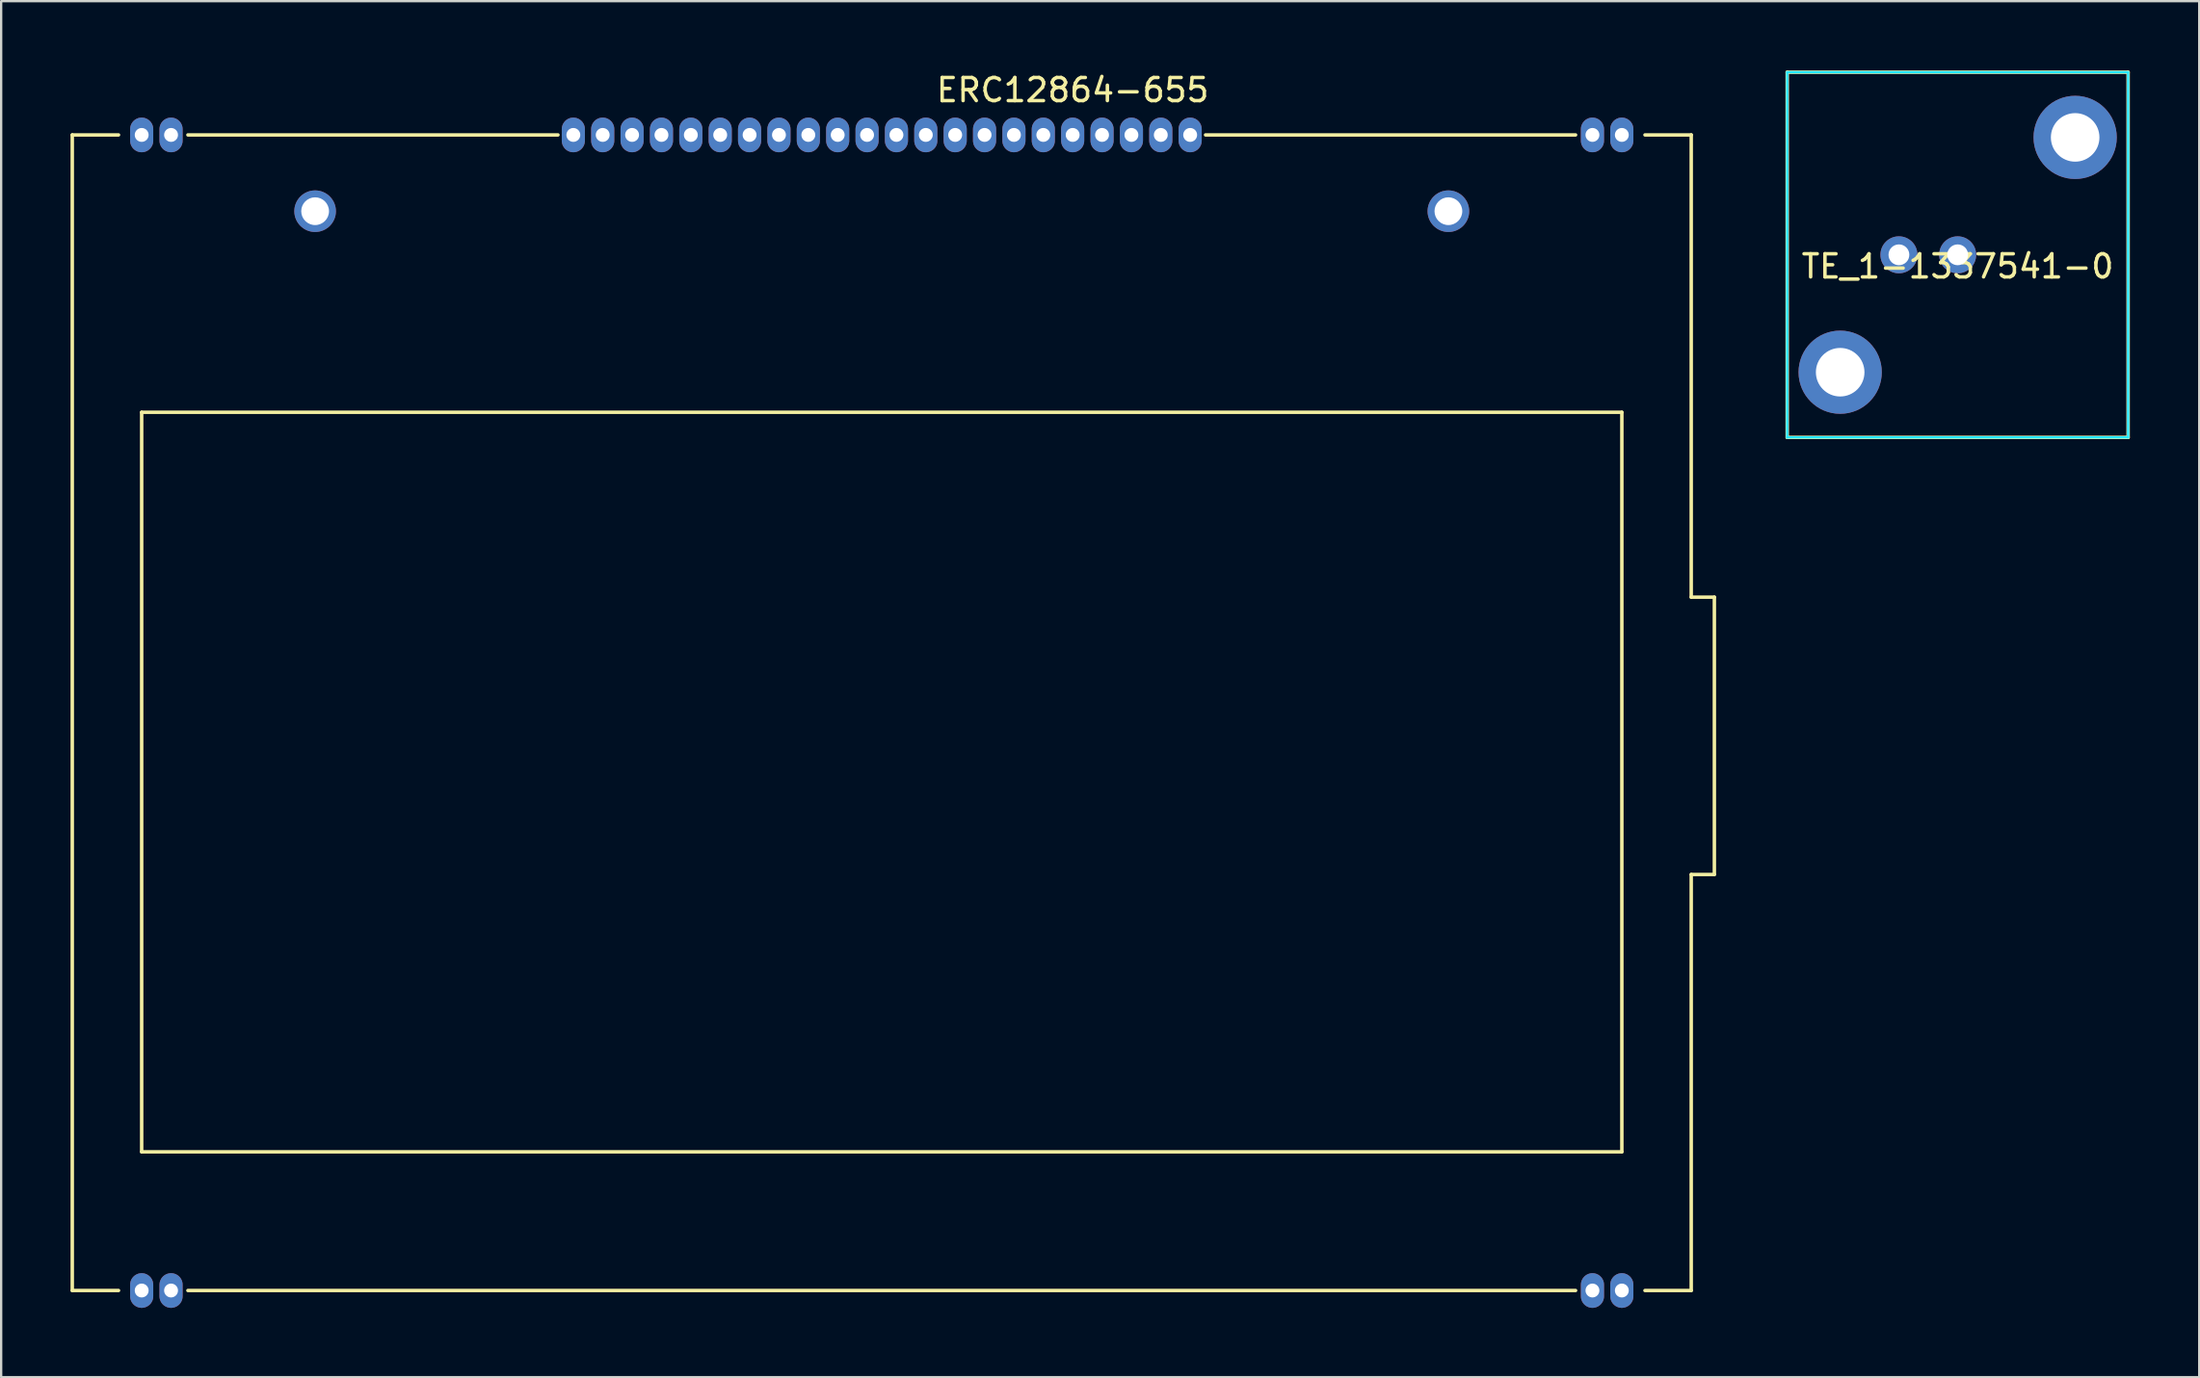
<source format=kicad_pcb>
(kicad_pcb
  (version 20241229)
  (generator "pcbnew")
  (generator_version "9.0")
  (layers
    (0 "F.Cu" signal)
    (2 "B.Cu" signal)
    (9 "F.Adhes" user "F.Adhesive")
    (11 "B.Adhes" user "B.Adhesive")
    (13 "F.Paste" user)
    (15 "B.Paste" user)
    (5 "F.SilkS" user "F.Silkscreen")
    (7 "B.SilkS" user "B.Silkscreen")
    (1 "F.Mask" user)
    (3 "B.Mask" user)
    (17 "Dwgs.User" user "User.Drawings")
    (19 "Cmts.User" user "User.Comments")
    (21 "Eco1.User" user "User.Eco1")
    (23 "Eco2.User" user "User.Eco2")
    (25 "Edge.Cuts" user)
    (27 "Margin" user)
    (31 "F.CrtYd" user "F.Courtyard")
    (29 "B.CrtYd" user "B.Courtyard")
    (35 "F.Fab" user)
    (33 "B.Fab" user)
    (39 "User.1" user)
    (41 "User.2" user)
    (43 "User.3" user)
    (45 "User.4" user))
  (footprint "ERC12864-655"
    (layer "F.Cu")
    (at 35.075 30.788)
    (property "Reference" "ERC12864-655" (at 8.255 -29.94 0) (layer "F.SilkS") (effects (font (size 1 1) (thickness 0.15))))
    (attr through_hole)
    (fp_line (start -35 -28) (end -35 22) (stroke (width 0.15) (type solid)) (layer "F.SilkS"))
    (fp_line (start -35 22) (end -33 22) (stroke (width 0.15) (type solid)) (layer "F.SilkS"))
    (fp_line (start -33 -28) (end -35 -28) (stroke (width 0.15) (type solid)) (layer "F.SilkS"))
    (fp_line (start -32 -16) (end -32 16) (stroke (width 0.15) (type solid)) (layer "F.SilkS"))
    (fp_line (start -32 -16) (end 32 -16) (stroke (width 0.15) (type solid)) (layer "F.SilkS"))
    (fp_line (start -30 22) (end 30 22) (stroke (width 0.15) (type solid)) (layer "F.SilkS"))
    (fp_line (start -14 -28) (end -30 -28) (stroke (width 0.15) (type solid)) (layer "F.SilkS"))
    (fp_line (start 30 -28) (end 14 -28) (stroke (width 0.15) (type solid)) (layer "F.SilkS"))
    (fp_line (start 32 -16) (end 32 16) (stroke (width 0.15) (type solid)) (layer "F.SilkS"))
    (fp_line (start 32 16) (end -32 16) (stroke (width 0.15) (type solid)) (layer "F.SilkS"))
    (fp_line (start 33 22) (end 35 22) (stroke (width 0.15) (type solid)) (layer "F.SilkS"))
    (fp_line (start 35 -28) (end 33 -28) (stroke (width 0.15) (type solid)) (layer "F.SilkS"))
    (fp_line (start 35 -28) (end 35 -8) (stroke (width 0.15) (type solid)) (layer "F.SilkS"))
    (fp_line (start 35 -8) (end 36 -8) (stroke (width 0.15) (type solid)) (layer "F.SilkS"))
    (fp_line (start 35 4) (end 35 22) (stroke (width 0.15) (type solid)) (layer "F.SilkS"))
    (fp_line (start 36 -8) (end 36 4) (stroke (width 0.15) (type solid)) (layer "F.SilkS"))
    (fp_line (start 36 4) (end 35 4) (stroke (width 0.15) (type solid)) (layer "F.SilkS"))
    (pad "1" thru_hole oval (at -13.335 -28) (size 1 1.5) (drill 0.6) (layers "*.Cu" "*.Mask"))
    (pad "2" thru_hole oval (at -12.065 -28) (size 1 1.5) (drill 0.6) (layers "*.Cu" "*.Mask"))
    (pad "3" thru_hole oval (at -10.795 -28) (size 1 1.5) (drill 0.6) (layers "*.Cu" "*.Mask"))
    (pad "4" thru_hole oval (at -9.525 -28) (size 1 1.5) (drill 0.6) (layers "*.Cu" "*.Mask"))
    (pad "5" thru_hole oval (at -8.255 -28) (size 1 1.5) (drill 0.6) (layers "*.Cu" "*.Mask"))
    (pad "6" thru_hole oval (at -6.985 -28) (size 1 1.5) (drill 0.6) (layers "*.Cu" "*.Mask"))
    (pad "7" thru_hole oval (at -5.715 -28) (size 1 1.5) (drill 0.6) (layers "*.Cu" "*.Mask"))
    (pad "8" thru_hole oval (at -4.445 -28) (size 1 1.5) (drill 0.6) (layers "*.Cu" "*.Mask"))
    (pad "9" thru_hole oval (at -3.175 -28) (size 1 1.5) (drill 0.6) (layers "*.Cu" "*.Mask"))
    (pad "10" thru_hole oval (at -1.905 -28) (size 1 1.5) (drill 0.6) (layers "*.Cu" "*.Mask"))
    (pad "11" thru_hole oval (at -0.635 -28) (size 1 1.5) (drill 0.6) (layers "*.Cu" "*.Mask"))
    (pad "12" thru_hole oval (at 0.635 -28) (size 1 1.5) (drill 0.6) (layers "*.Cu" "*.Mask"))
    (pad "13" thru_hole oval (at 1.905 -28) (size 1 1.5) (drill 0.6) (layers "*.Cu" "*.Mask"))
    (pad "14" thru_hole oval (at 3.175 -28) (size 1 1.5) (drill 0.6) (layers "*.Cu" "*.Mask"))
    (pad "15" thru_hole oval (at 4.445 -28) (size 1 1.5) (drill 0.6) (layers "*.Cu" "*.Mask"))
    (pad "16" thru_hole oval (at 5.715 -28) (size 1 1.5) (drill 0.6) (layers "*.Cu" "*.Mask"))
    (pad "17" thru_hole oval (at 6.985 -28) (size 1 1.5) (drill 0.6) (layers "*.Cu" "*.Mask"))
    (pad "18" thru_hole oval (at 8.255 -28) (size 1 1.5) (drill 0.6) (layers "*.Cu" "*.Mask"))
    (pad "19" thru_hole oval (at 9.525 -28) (size 1 1.5) (drill 0.6) (layers "*.Cu" "*.Mask"))
    (pad "20" thru_hole oval (at 10.795 -28) (size 1 1.5) (drill 0.6) (layers "*.Cu" "*.Mask"))
    (pad "21" thru_hole oval (at 12.065 -28) (size 1 1.5) (drill 0.6) (layers "*.Cu" "*.Mask"))
    (pad "22" thru_hole oval (at 13.335 -28) (size 1 1.5) (drill 0.6) (layers "*.Cu" "*.Mask"))
    (pad "23" thru_hole oval (at -31.999 22) (size 1 1.5) (drill 0.6) (layers "*.Cu" "*.Mask"))
    (pad "24" thru_hole oval (at -30.729 22) (size 1 1.5) (drill 0.6) (layers "*.Cu" "*.Mask"))
    (pad "25" thru_hole oval (at 30.729 22) (size 1 1.5) (drill 0.6) (layers "*.Cu" "*.Mask"))
    (pad "26" thru_hole oval (at 31.999 22) (size 1 1.5) (drill 0.6) (layers "*.Cu" "*.Mask"))
    (pad "27" thru_hole oval (at 31.999 -28) (size 1 1.5) (drill 0.6) (layers "*.Cu" "*.Mask"))
    (pad "28" thru_hole oval (at 30.729 -28) (size 1 1.5) (drill 0.6) (layers "*.Cu" "*.Mask"))
    (pad "29" thru_hole oval (at -30.729 -28) (size 1 1.5) (drill 0.6) (layers "*.Cu" "*.Mask"))
    (pad "30" thru_hole oval (at -31.999 -28) (size 1 1.5) (drill 0.6) (layers "*.Cu" "*.Mask"))
    (pad "31" thru_hole circle (at -24.5 -24.7) (size 1.8 1.8) (drill 1.2) (layers "*.Cu" "*.Mask"))
    (pad "32" thru_hole circle (at 24.5 -24.7) (size 1.8 1.8) (drill 1.2) (layers "*.Cu" "*.Mask")))
  (footprint "TE_1-1337541-0"
    (layer "F.Cu")
    (at 81.595 7.975)
    (property "Reference" "TE_1-1337541-0" (at 0 0.5 0) (layer "F.SilkS") (effects (font (size 1 1) (thickness 0.15))))
    (attr through_hole)
    (fp_line (start -7.37 -7.9) (end -7.37 7.9) (stroke (width 0.15) (type solid)) (layer "F.SilkS"))
    (fp_line (start -7.37 7.9) (end 7.37 7.9) (stroke (width 0.15) (type solid)) (layer "F.SilkS"))
    (fp_line (start 7.37 -7.9) (end -7.37 -7.9) (stroke (width 0.15) (type solid)) (layer "F.SilkS"))
    (fp_line (start 7.37 7.9) (end 7.37 -7.9) (stroke (width 0.15) (type solid)) (layer "F.SilkS"))
    (fp_line (start -7.37 -7.9) (end -7.37 7.9) (stroke (width 0.1) (type solid)) (layer "B.CrtYd"))
    (fp_line (start -7.37 7.9) (end 7.37 7.9) (stroke (width 0.1) (type solid)) (layer "B.CrtYd"))
    (fp_line (start 7.37 -7.9) (end -7.37 -7.9) (stroke (width 0.1) (type solid)) (layer "B.CrtYd"))
    (fp_line (start 7.37 -7.9) (end 7.37 7.9) (stroke (width 0.1) (type solid)) (layer "B.CrtYd"))
    (fp_line (start -7.37 -7.9) (end -7.37 7.9) (stroke (width 0.05) (type solid)) (layer "F.CrtYd"))
    (fp_line (start -7.37 7.9) (end 7.37 7.9) (stroke (width 0.05) (type solid)) (layer "F.CrtYd"))
    (fp_line (start 7.37 -7.9) (end -7.37 -7.9) (stroke (width 0.05) (type solid)) (layer "F.CrtYd"))
    (fp_line (start 7.37 -7.9) (end 7.37 7.9) (stroke (width 0.05) (type solid)) (layer "F.CrtYd"))
    (pad "1" thru_hole circle (at 0 0) (size 1.6 1.6) (drill 0.9) (layers "*.Cu" "*.Mask"))
    (pad "2" thru_hole circle (at -5.08 5.08) (size 3.6 3.6) (drill 2.1) (layers "*.Cu" "*.Mask"))
    (pad "2" thru_hole circle (at -2.54 0) (size 1.6 1.6) (drill 0.9) (layers "*.Cu" "*.Mask"))
    (pad "2" thru_hole circle (at 5.08 -5.08) (size 3.6 3.6) (drill 2.1) (layers "*.Cu" "*.Mask")))
  (gr_rect
    (start -3 -3)
    (end 92.04 56.538)
    (stroke (width 0.1) (type default))
    (fill no)
    (layer "Edge.Cuts")))
</source>
